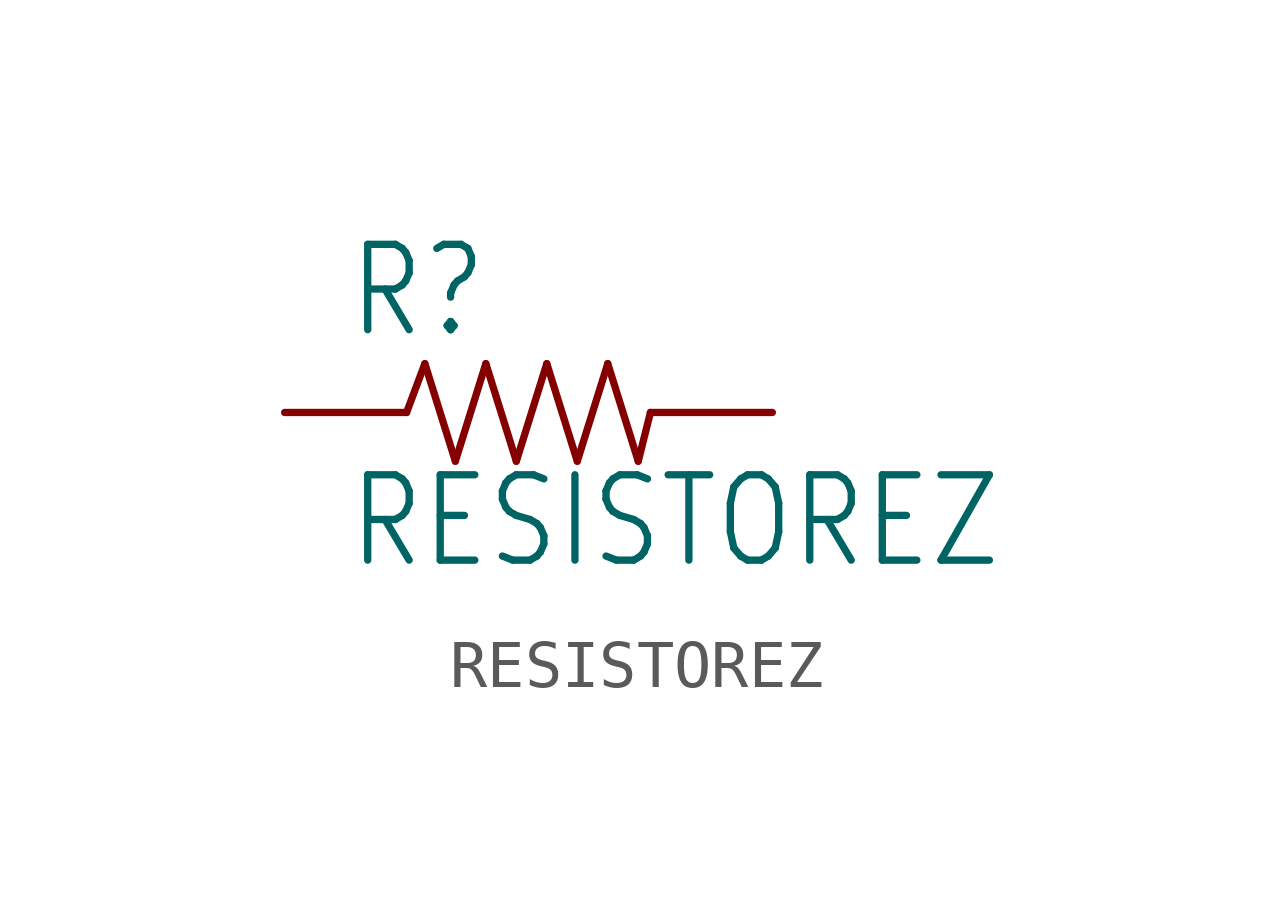
<source format=kicad_sym>
(kicad_symbol_lib
  (version 20211014)
  (generator kicad_symbol_editor)
  (symbol "RESISTOREZ"
    (property "Reference" "R"
      (at -3.81 1.499 0)
      (effects (font (size 1.778 1.511)) (justify left bottom)))
    (property "Value" "RESISTOREZ"
      (at -3.81 -3.302 0)
      (effects (font (size 1.778 1.511)) (justify left bottom)))
    (property "ki_locked" ""
      (at 0 0 0)
      (effects (font (size 1.27 1.27))))
    (symbol "RESISTOREZ_1_0"
      (polyline (pts (xy -2.54 0) (xy -2.159 1.016)) (stroke (width 0.152) (type default) (color 0 0 0 0)) (fill (type none)))
      (polyline (pts (xy -2.159 1.016) (xy -1.524 -1.016)) (stroke (width 0.152) (type default) (color 0 0 0 0)) (fill (type none)))
      (polyline (pts (xy -1.524 -1.016) (xy -0.889 1.016)) (stroke (width 0.152) (type default) (color 0 0 0 0)) (fill (type none)))
      (polyline (pts (xy -0.889 1.016) (xy -0.254 -1.016)) (stroke (width 0.152) (type default) (color 0 0 0 0)) (fill (type none)))
      (polyline (pts (xy -0.254 -1.016) (xy 0.381 1.016)) (stroke (width 0.152) (type default) (color 0 0 0 0)) (fill (type none)))
      (polyline (pts (xy 0.381 1.016) (xy 1.016 -1.016)) (stroke (width 0.152) (type default) (color 0 0 0 0)) (fill (type none)))
      (polyline (pts (xy 1.016 -1.016) (xy 1.651 1.016)) (stroke (width 0.152) (type default) (color 0 0 0 0)) (fill (type none)))
      (polyline (pts (xy 1.651 1.016) (xy 2.286 -1.016)) (stroke (width 0.152) (type default) (color 0 0 0 0)) (fill (type none)))
      (polyline (pts (xy 2.286 -1.016) (xy 2.54 0)) (stroke (width 0.152) (type default) (color 0 0 0 0)) (fill (type none)))
      (pin passive line (at -5.08 0 0) (length 2.54) (name "1" (effects (font (size 0 0)))) (number "P$1" (effects (font (size 0 0)))))
      (pin passive line (at 5.08 0 180) (length 2.54) (name "2" (effects (font (size 0 0)))) (number "P$2" (effects (font (size 0 0))))))))
</source>
